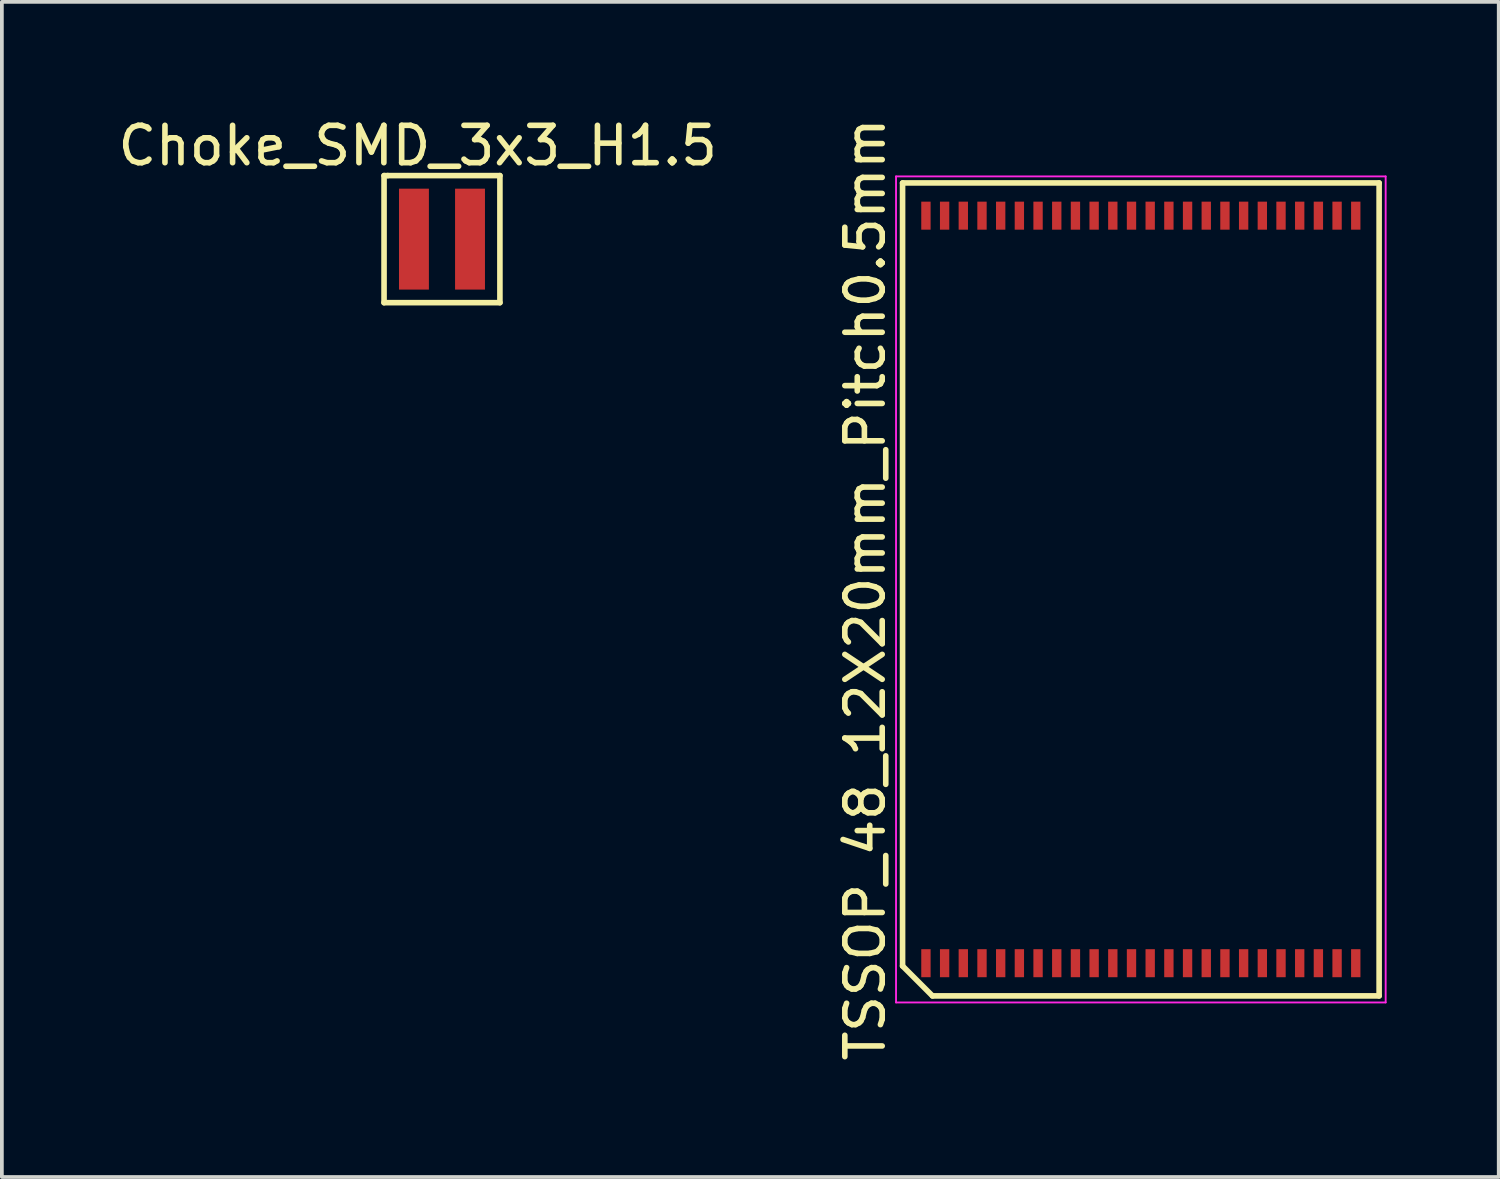
<source format=kicad_pcb>
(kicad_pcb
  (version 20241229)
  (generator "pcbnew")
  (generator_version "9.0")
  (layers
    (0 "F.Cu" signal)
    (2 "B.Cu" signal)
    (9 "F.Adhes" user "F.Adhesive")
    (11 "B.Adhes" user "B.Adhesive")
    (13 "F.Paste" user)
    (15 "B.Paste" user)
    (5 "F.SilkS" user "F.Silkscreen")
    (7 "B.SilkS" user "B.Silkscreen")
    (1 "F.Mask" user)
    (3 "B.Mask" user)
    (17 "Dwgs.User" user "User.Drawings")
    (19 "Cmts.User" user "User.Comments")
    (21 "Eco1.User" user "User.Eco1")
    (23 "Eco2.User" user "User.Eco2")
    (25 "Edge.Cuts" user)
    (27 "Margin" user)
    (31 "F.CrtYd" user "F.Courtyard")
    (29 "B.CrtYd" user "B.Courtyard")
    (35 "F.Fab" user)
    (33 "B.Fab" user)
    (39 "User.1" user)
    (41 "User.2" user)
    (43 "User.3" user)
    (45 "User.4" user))
  (footprint "Choke_SMD_3x3_H1.5"
    (layer "F.Cu")
    (at 8.025 3.348)
    (property "Reference" "Choke_SMD_3x3_H1.5" (at 0.1 -2.5 0) (layer "F.SilkS") (effects (font (size 1 1) (thickness 0.15))))
    (attr through_hole)
    (fp_line (start -0.8 -1.7) (end -0.7 -1.7) (stroke (width 0.15) (type solid)) (layer "F.SilkS"))
    (fp_line (start -0.8 1.7) (end -0.8 -1.7) (stroke (width 0.15) (type solid)) (layer "F.SilkS"))
    (fp_line (start -0.7 -1.7) (end 2.3 -1.7) (stroke (width 0.15) (type solid)) (layer "F.SilkS"))
    (fp_line (start 2.3 -1.7) (end 2.3 1.7) (stroke (width 0.15) (type solid)) (layer "F.SilkS"))
    (fp_line (start 2.3 1.7) (end -0.8 1.7) (stroke (width 0.15) (type solid)) (layer "F.SilkS"))
    (pad "1" smd rect (at 0 0) (size 0.8 2.7) (layers "F.Cu" "F.Mask" "F.Paste"))
    (pad "2" smd rect (at 1.5 0) (size 0.8 2.7) (layers "F.Cu" "F.Mask" "F.Paste")))
  (footprint "TSSOP_48_12X20mm_Pitch0.5mm"
    (layer "F.Cu")
    (at 27.473 12.72)
    (property "Reference" "TSSOP_48_12X20mm_Pitch0.5mm" (at -7.375 0 90) (layer "F.SilkS") (effects (font (size 1 1) (thickness 0.15))))
    (attr smd)
    (fp_line (start -6.375 -10.875) (end 6.375 -10.875) (stroke (width 0.15) (type solid)) (layer "F.SilkS"))
    (fp_line (start -6.375 10.075) (end -6.375 -10.875) (stroke (width 0.15) (type solid)) (layer "F.SilkS"))
    (fp_line (start -5.575 10.875) (end -6.375 10.075) (stroke (width 0.15) (type solid)) (layer "F.SilkS"))
    (fp_line (start 6.375 -10.875) (end 6.375 10.875) (stroke (width 0.15) (type solid)) (layer "F.SilkS"))
    (fp_line (start 6.375 10.875) (end -5.575 10.875) (stroke (width 0.15) (type solid)) (layer "F.SilkS"))
    (fp_line (start -6.55 -11.05) (end 6.55 -11.05) (stroke (width 0.05) (type solid)) (layer "F.CrtYd"))
    (fp_line (start -6.55 11.05) (end -6.55 -11.05) (stroke (width 0.05) (type solid)) (layer "F.CrtYd"))
    (fp_line (start 6.55 -11.05) (end 6.55 11.05) (stroke (width 0.05) (type solid)) (layer "F.CrtYd"))
    (fp_line (start 6.55 11.05) (end -6.55 11.05) (stroke (width 0.05) (type solid)) (layer "F.CrtYd"))
    (pad "1" smd rect (at -5.75 10) (size 0.25 0.75) (layers "F.Cu" "F.Mask" "F.Paste"))
    (pad "2" smd rect (at -5.25 10) (size 0.25 0.75) (layers "F.Cu" "F.Mask" "F.Paste"))
    (pad "3" smd rect (at -4.75 10) (size 0.25 0.75) (layers "F.Cu" "F.Mask" "F.Paste"))
    (pad "4" smd rect (at -4.25 10) (size 0.25 0.75) (layers "F.Cu" "F.Mask" "F.Paste"))
    (pad "5" smd rect (at -3.75 10) (size 0.25 0.75) (layers "F.Cu" "F.Mask" "F.Paste"))
    (pad "6" smd rect (at -3.25 10) (size 0.25 0.75) (layers "F.Cu" "F.Mask" "F.Paste"))
    (pad "7" smd rect (at -2.75 10) (size 0.25 0.75) (layers "F.Cu" "F.Mask" "F.Paste"))
    (pad "8" smd rect (at -2.25 10) (size 0.25 0.75) (layers "F.Cu" "F.Mask" "F.Paste"))
    (pad "9" smd rect (at -1.75 10) (size 0.25 0.75) (layers "F.Cu" "F.Mask" "F.Paste"))
    (pad "10" smd rect (at -1.25 10) (size 0.25 0.75) (layers "F.Cu" "F.Mask" "F.Paste"))
    (pad "11" smd rect (at -0.75 10) (size 0.25 0.75) (layers "F.Cu" "F.Mask" "F.Paste"))
    (pad "12" smd rect (at -0.25 10) (size 0.25 0.75) (layers "F.Cu" "F.Mask" "F.Paste"))
    (pad "13" smd rect (at 0.25 10) (size 0.25 0.75) (layers "F.Cu" "F.Mask" "F.Paste"))
    (pad "14" smd rect (at 0.75 10) (size 0.25 0.75) (layers "F.Cu" "F.Mask" "F.Paste"))
    (pad "15" smd rect (at 1.25 10) (size 0.25 0.75) (layers "F.Cu" "F.Mask" "F.Paste"))
    (pad "16" smd rect (at 1.75 10) (size 0.25 0.75) (layers "F.Cu" "F.Mask" "F.Paste"))
    (pad "17" smd rect (at 2.25 10) (size 0.25 0.75) (layers "F.Cu" "F.Mask" "F.Paste"))
    (pad "18" smd rect (at 2.75 10) (size 0.25 0.75) (layers "F.Cu" "F.Mask" "F.Paste"))
    (pad "19" smd rect (at 3.25 10) (size 0.25 0.75) (layers "F.Cu" "F.Mask" "F.Paste"))
    (pad "20" smd rect (at 3.75 10) (size 0.25 0.75) (layers "F.Cu" "F.Mask" "F.Paste"))
    (pad "21" smd rect (at 4.25 10) (size 0.25 0.75) (layers "F.Cu" "F.Mask" "F.Paste"))
    (pad "22" smd rect (at 4.75 10) (size 0.25 0.75) (layers "F.Cu" "F.Mask" "F.Paste"))
    (pad "23" smd rect (at 5.25 10) (size 0.25 0.75) (layers "F.Cu" "F.Mask" "F.Paste"))
    (pad "24" smd rect (at 5.75 10) (size 0.25 0.75) (layers "F.Cu" "F.Mask" "F.Paste"))
    (pad "25" smd rect (at 5.75 -10) (size 0.25 0.75) (layers "F.Cu" "F.Mask" "F.Paste"))
    (pad "26" smd rect (at 5.25 -10) (size 0.25 0.75) (layers "F.Cu" "F.Mask" "F.Paste"))
    (pad "27" smd rect (at 4.75 -10) (size 0.25 0.75) (layers "F.Cu" "F.Mask" "F.Paste"))
    (pad "28" smd rect (at 4.25 -10) (size 0.25 0.75) (layers "F.Cu" "F.Mask" "F.Paste"))
    (pad "29" smd rect (at 3.75 -10) (size 0.25 0.75) (layers "F.Cu" "F.Mask" "F.Paste"))
    (pad "30" smd rect (at 3.25 -10) (size 0.25 0.75) (layers "F.Cu" "F.Mask" "F.Paste"))
    (pad "31" smd rect (at 2.75 -10) (size 0.25 0.75) (layers "F.Cu" "F.Mask" "F.Paste"))
    (pad "32" smd rect (at 2.25 -10) (size 0.25 0.75) (layers "F.Cu" "F.Mask" "F.Paste"))
    (pad "33" smd rect (at 1.75 -10) (size 0.25 0.75) (layers "F.Cu" "F.Mask" "F.Paste"))
    (pad "34" smd rect (at 1.25 -10) (size 0.25 0.75) (layers "F.Cu" "F.Mask" "F.Paste"))
    (pad "35" smd rect (at 0.75 -10) (size 0.25 0.75) (layers "F.Cu" "F.Mask" "F.Paste"))
    (pad "36" smd rect (at 0.25 -10) (size 0.25 0.75) (layers "F.Cu" "F.Mask" "F.Paste"))
    (pad "37" smd rect (at -0.25 -10) (size 0.25 0.75) (layers "F.Cu" "F.Mask" "F.Paste"))
    (pad "38" smd rect (at -0.75 -10) (size 0.25 0.75) (layers "F.Cu" "F.Mask" "F.Paste"))
    (pad "39" smd rect (at -1.25 -10) (size 0.25 0.75) (layers "F.Cu" "F.Mask" "F.Paste"))
    (pad "40" smd rect (at -1.75 -10) (size 0.25 0.75) (layers "F.Cu" "F.Mask" "F.Paste"))
    (pad "41" smd rect (at -2.25 -10) (size 0.25 0.75) (layers "F.Cu" "F.Mask" "F.Paste"))
    (pad "42" smd rect (at -2.75 -10) (size 0.25 0.75) (layers "F.Cu" "F.Mask" "F.Paste"))
    (pad "43" smd rect (at -3.25 -10) (size 0.25 0.75) (layers "F.Cu" "F.Mask" "F.Paste"))
    (pad "44" smd rect (at -3.75 -10) (size 0.25 0.75) (layers "F.Cu" "F.Mask" "F.Paste"))
    (pad "45" smd rect (at -4.25 -10) (size 0.25 0.75) (layers "F.Cu" "F.Mask" "F.Paste"))
    (pad "46" smd rect (at -4.75 -10) (size 0.25 0.75) (layers "F.Cu" "F.Mask" "F.Paste"))
    (pad "47" smd rect (at -5.25 -10) (size 0.25 0.75) (layers "F.Cu" "F.Mask" "F.Paste"))
    (pad "48" smd rect (at -5.75 -10) (size 0.25 0.75) (layers "F.Cu" "F.Mask" "F.Paste")))
  (gr_rect
    (start -3 -3)
    (end 37.048 28.44)
    (stroke (width 0.1) (type default))
    (fill no)
    (layer "Edge.Cuts")))
</source>
